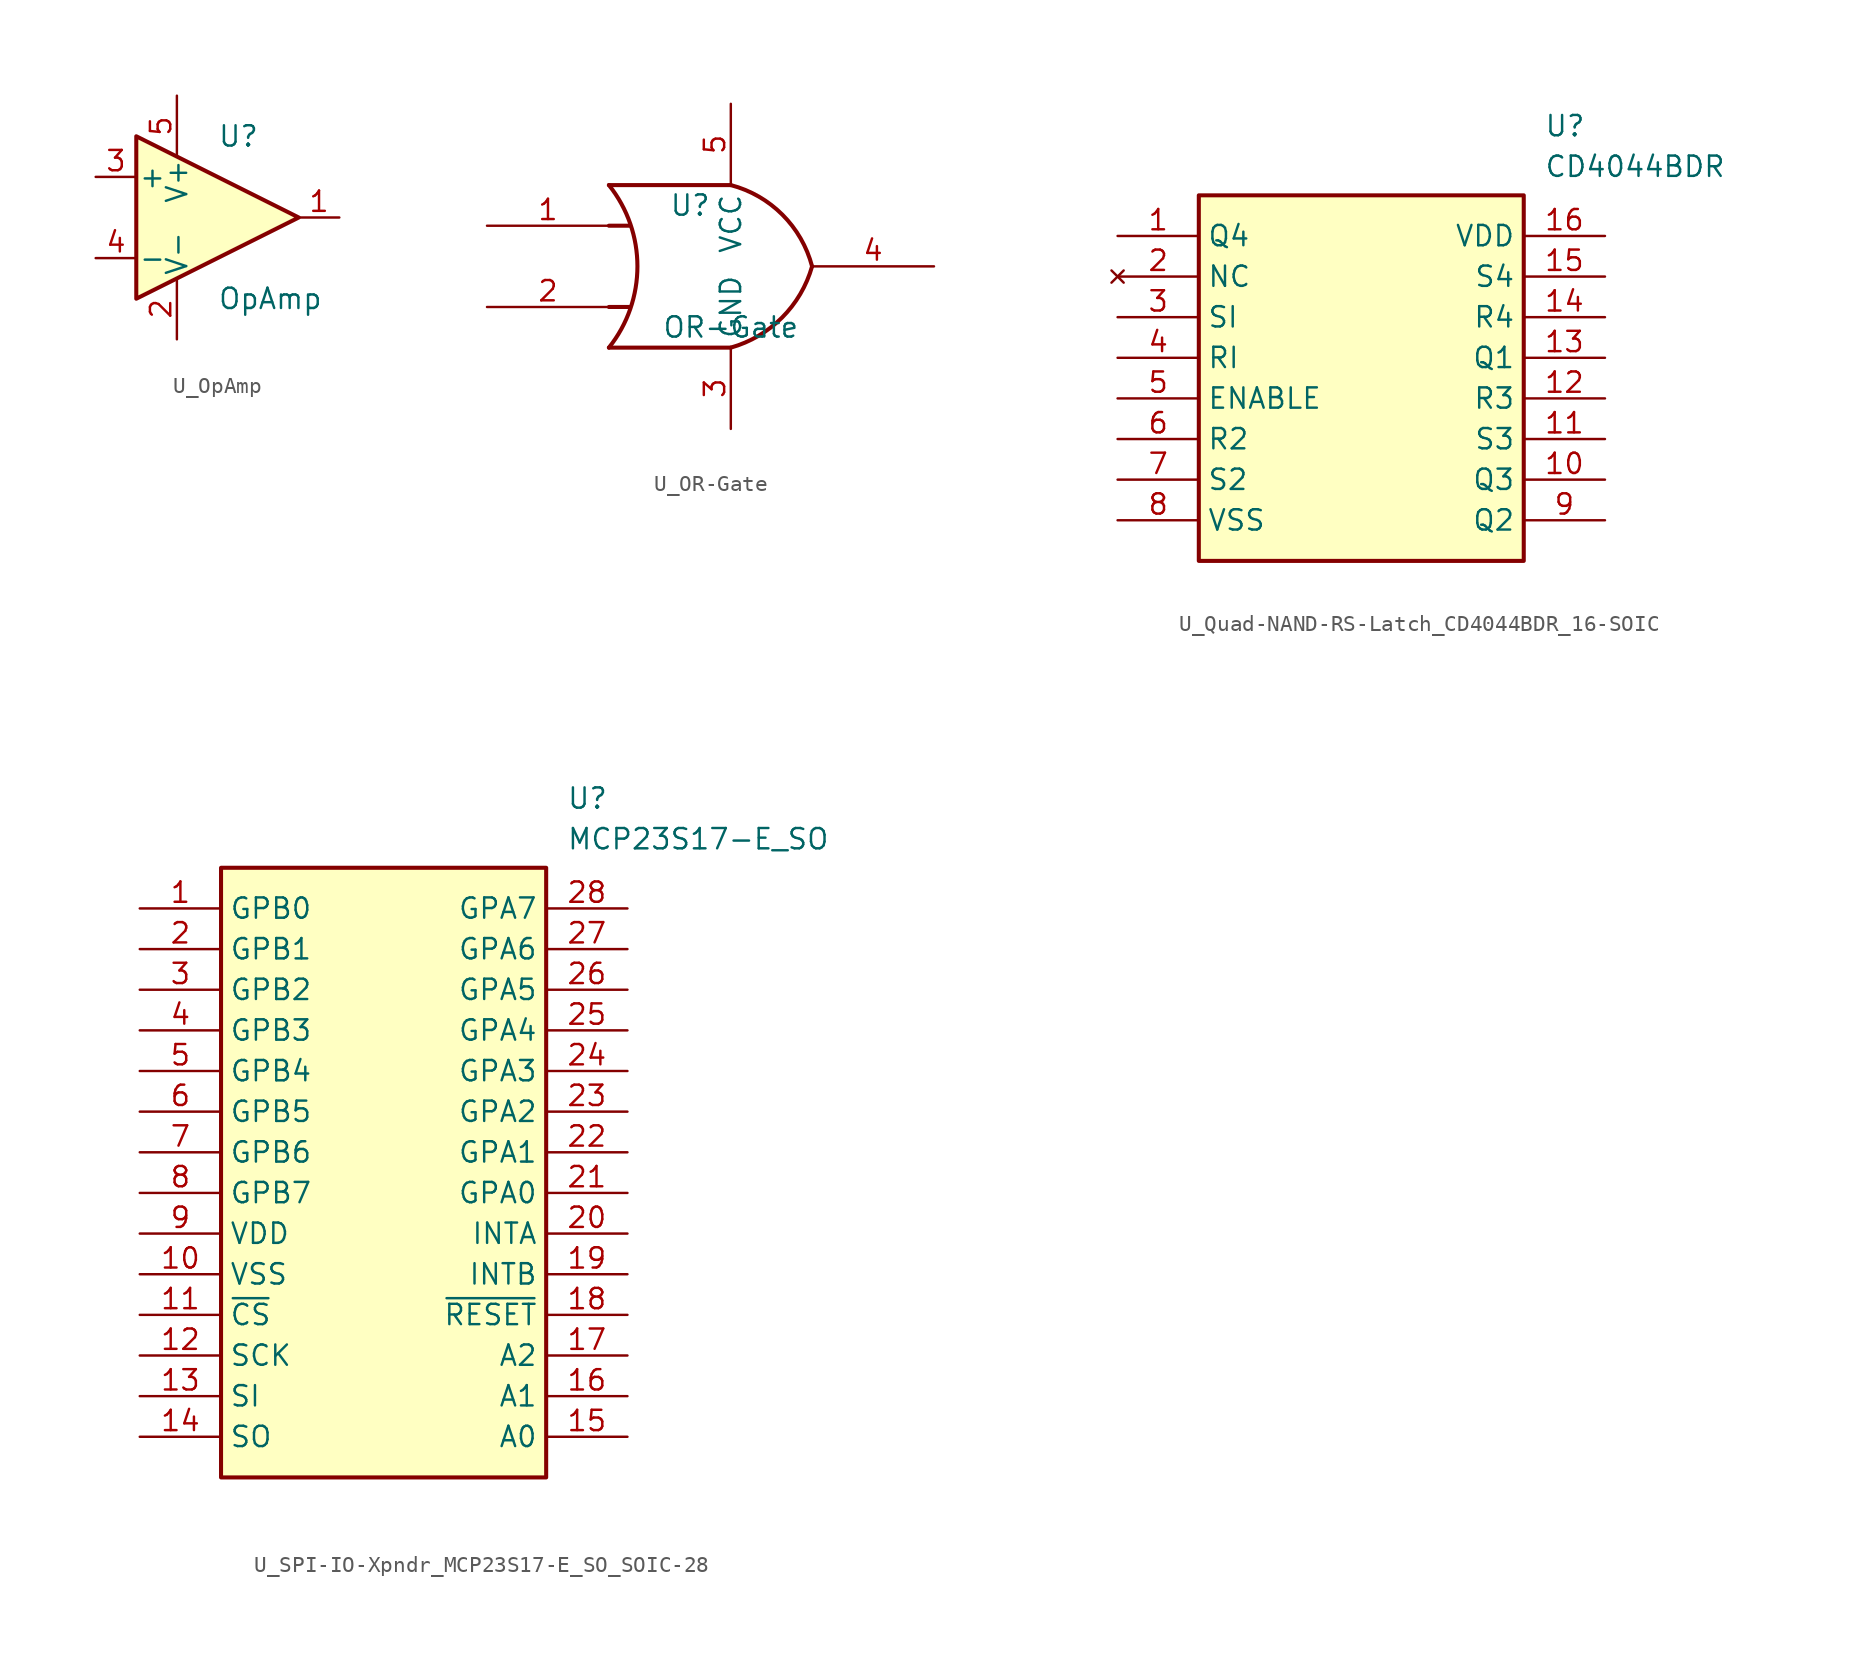
<source format=kicad_sym>
(kicad_symbol_lib
  (version 20241209)
  (generator symbol2library)
  (symbol "U_OpAmp"
    (pin_names
      (offset 0.127))
    (property "Reference" "U"
      (at 0 5.08 0)
      (effects (font (size 1.27 1.27)) (justify left)))
    (property "Value" "OpAmp"
      (at 0 -5.08 0)
      (effects (font (size 1.27 1.27)) (justify left)))
    (property "MPN" ""
      (at 0 0 0)
      (effects (font (size 1.27 1.27))))
    (property "MFN" ""
      (at 0 0 0)
      (effects (font (size 1.27 1.27))))
    (property "DKPN" ""
      (at 0 0 0)
      (effects (font (size 1.27 1.27))))
    (property "Package" ""
      (at 0 0 0)
      (effects (font (size 1.27 1.27))))
    (property "NewDesigns" ""
      (at 0 0 0)
      (effects (font (size 1.27 1.27))))
    (property "Stocked" ""
      (at 0 0 0)
      (effects (font (size 1.27 1.27))))
    (property "Style" ""
      (at 0 0 0)
      (effects (font (size 1.27 1.27))))
    (symbol "U_OpAmp_0_1"
      (polyline (pts (xy -5.08 5.08) (xy 5.08 0) (xy -5.08 -5.08) (xy -5.08 5.08)) (stroke (width 0.254) (type default)) (fill (type background)))
      (pin power_in line (at -2.54 7.62 270) (length 3.81) (name "V+" (effects (font (size 1.27 1.27)))) (number "5" (effects (font (size 1.27 1.27)))))
      (pin power_in line (at -2.54 -7.62 90) (length 3.81) (name "V-" (effects (font (size 1.27 1.27)))) (number "2" (effects (font (size 1.27 1.27))))))
    (symbol "U_OpAmp_1_1"
      (pin input line (at -7.62 2.54 0) (length 2.54) (name "+" (effects (font (size 1.27 1.27)))) (number "3" (effects (font (size 1.27 1.27)))))
      (pin input line (at -7.62 -2.54 0) (length 2.54) (name "-" (effects (font (size 1.27 1.27)))) (number "4" (effects (font (size 1.27 1.27)))))
      (pin output line (at 7.62 0 180) (length 2.54) (name "~" (effects (font (size 1.27 1.27)))) (number "1" (effects (font (size 1.27 1.27)))))))
  (symbol "U_OR-Gate"
    (property "Reference" "U"
      (at -2.54 3.81 0)
      (effects (font (size 1.27 1.27))))
    (property "Value" "OR-Gate"
      (at 0 -3.81 0)
      (effects (font (size 1.27 1.27))))
    (symbol "U_OR-Gate_0_1"
      (arc (start -7.62 5.08) (mid -5.838 0) (end -7.62 -5.08) (stroke (width 0.254) (type default)) (fill (type none)))
      (polyline (pts (xy -7.62 2.54) (xy -6.35 2.54)) (stroke (width 0.254) (type default)) (fill (type background)))
      (polyline (pts (xy -7.62 -2.54) (xy -6.35 -2.54)) (stroke (width 0.254) (type default)) (fill (type background)))
      (arc (start 5.08 0) (mid 3.202 -3.202) (end 0 -5.08) (stroke (width 0.254) (type default)) (fill (type none)))
      (arc (start 0 5.08) (mid 3.2271 3.2271) (end 5.08 0) (stroke (width 0.254) (type default)) (fill (type none)))
      (polyline (pts (xy 0 5.08) (xy -7.62 5.08)) (stroke (width 0.254) (type default)) (fill (type background)))
      (polyline (pts (xy 0 -5.08) (xy -7.62 -5.08)) (stroke (width 0.254) (type default)) (fill (type background))))
    (symbol "U_OR-Gate_1_1"
      (pin input line (at -15.24 2.54 0) (length 7.62) (name "~" (effects (font (size 1.27 1.27)))) (number "1" (effects (font (size 1.27 1.27)))))
      (pin input line (at -15.24 -2.54 0) (length 7.62) (name "~" (effects (font (size 1.27 1.27)))) (number "2" (effects (font (size 1.27 1.27)))))
      (pin power_in line (at 0 10.16 270) (length 5.08) (name "VCC" (effects (font (size 1.27 1.27)))) (number "5" (effects (font (size 1.27 1.27)))))
      (pin power_in line (at 0 -10.16 90) (length 5.08) (name "GND" (effects (font (size 1.27 1.27)))) (number "3" (effects (font (size 1.27 1.27)))))
      (pin output line (at 12.7 0 180) (length 7.62) (name "~" (effects (font (size 1.27 1.27)))) (number "4" (effects (font (size 1.27 1.27)))))))
  (symbol "U_Quad-NAND-RS-Latch_CD4044BDR_16-SOIC"
    (property "Reference" "U"
      (at 11.43 16.51 0)
      (effects (font (size 1.27 1.27)) (justify left top)))
    (property "Value" "CD4044BDR"
      (at 11.43 13.97 0)
      (effects (font (size 1.27 1.27)) (justify left top)))
    (symbol "U_Quad-NAND-RS-Latch_CD4044BDR_16-SOIC_1_1"
      (rectangle (start -10.16 11.43) (end 10.16 -11.43) (stroke (width 0.254) (type default)) (fill (type background)))
      (pin passive line (at -15.24 8.89 0) (length 5.08) (name "Q4" (effects (font (size 1.27 1.27)))) (number "1" (effects (font (size 1.27 1.27)))))
      (pin no_connect line (at -15.24 6.35 0) (length 5.08) (name "NC" (effects (font (size 1.27 1.27)))) (number "2" (effects (font (size 1.27 1.27)))))
      (pin passive line (at -15.24 3.81 0) (length 5.08) (name "SI" (effects (font (size 1.27 1.27)))) (number "3" (effects (font (size 1.27 1.27)))))
      (pin passive line (at -15.24 1.27 0) (length 5.08) (name "RI" (effects (font (size 1.27 1.27)))) (number "4" (effects (font (size 1.27 1.27)))))
      (pin passive line (at -15.24 -1.27 0) (length 5.08) (name "ENABLE" (effects (font (size 1.27 1.27)))) (number "5" (effects (font (size 1.27 1.27)))))
      (pin passive line (at -15.24 -3.81 0) (length 5.08) (name "R2" (effects (font (size 1.27 1.27)))) (number "6" (effects (font (size 1.27 1.27)))))
      (pin passive line (at -15.24 -6.35 0) (length 5.08) (name "S2" (effects (font (size 1.27 1.27)))) (number "7" (effects (font (size 1.27 1.27)))))
      (pin passive line (at -15.24 -8.89 0) (length 5.08) (name "VSS" (effects (font (size 1.27 1.27)))) (number "8" (effects (font (size 1.27 1.27)))))
      (pin passive line (at 15.24 8.89 180) (length 5.08) (name "VDD" (effects (font (size 1.27 1.27)))) (number "16" (effects (font (size 1.27 1.27)))))
      (pin passive line (at 15.24 6.35 180) (length 5.08) (name "S4" (effects (font (size 1.27 1.27)))) (number "15" (effects (font (size 1.27 1.27)))))
      (pin passive line (at 15.24 3.81 180) (length 5.08) (name "R4" (effects (font (size 1.27 1.27)))) (number "14" (effects (font (size 1.27 1.27)))))
      (pin passive line (at 15.24 1.27 180) (length 5.08) (name "Q1" (effects (font (size 1.27 1.27)))) (number "13" (effects (font (size 1.27 1.27)))))
      (pin passive line (at 15.24 -1.27 180) (length 5.08) (name "R3" (effects (font (size 1.27 1.27)))) (number "12" (effects (font (size 1.27 1.27)))))
      (pin passive line (at 15.24 -3.81 180) (length 5.08) (name "S3" (effects (font (size 1.27 1.27)))) (number "11" (effects (font (size 1.27 1.27)))))
      (pin passive line (at 15.24 -6.35 180) (length 5.08) (name "Q3" (effects (font (size 1.27 1.27)))) (number "10" (effects (font (size 1.27 1.27)))))
      (pin passive line (at 15.24 -8.89 180) (length 5.08) (name "Q2" (effects (font (size 1.27 1.27)))) (number "9" (effects (font (size 1.27 1.27)))))))
  (symbol "U_SPI-IO-Xpndr_MCP23S17-E_SO_SOIC-28"
    (property "Reference" "U"
      (at 11.43 24.13 0)
      (effects (font (size 1.27 1.27)) (justify left top)))
    (property "Value" "MCP23S17-E_SO"
      (at 11.43 21.59 0)
      (effects (font (size 1.27 1.27)) (justify left top)))
    (symbol "U_SPI-IO-Xpndr_MCP23S17-E_SO_SOIC-28_1_1"
      (rectangle (start -10.16 19.05) (end 10.16 -19.05) (stroke (width 0.254) (type default)) (fill (type background)))
      (pin passive line (at -15.24 16.51 0) (length 5.08) (name "GPB0" (effects (font (size 1.27 1.27)))) (number "1" (effects (font (size 1.27 1.27)))))
      (pin passive line (at -15.24 13.97 0) (length 5.08) (name "GPB1" (effects (font (size 1.27 1.27)))) (number "2" (effects (font (size 1.27 1.27)))))
      (pin passive line (at -15.24 11.43 0) (length 5.08) (name "GPB2" (effects (font (size 1.27 1.27)))) (number "3" (effects (font (size 1.27 1.27)))))
      (pin passive line (at -15.24 8.89 0) (length 5.08) (name "GPB3" (effects (font (size 1.27 1.27)))) (number "4" (effects (font (size 1.27 1.27)))))
      (pin passive line (at -15.24 6.35 0) (length 5.08) (name "GPB4" (effects (font (size 1.27 1.27)))) (number "5" (effects (font (size 1.27 1.27)))))
      (pin passive line (at -15.24 3.81 0) (length 5.08) (name "GPB5" (effects (font (size 1.27 1.27)))) (number "6" (effects (font (size 1.27 1.27)))))
      (pin passive line (at -15.24 1.27 0) (length 5.08) (name "GPB6" (effects (font (size 1.27 1.27)))) (number "7" (effects (font (size 1.27 1.27)))))
      (pin passive line (at -15.24 -1.27 0) (length 5.08) (name "GPB7" (effects (font (size 1.27 1.27)))) (number "8" (effects (font (size 1.27 1.27)))))
      (pin passive line (at -15.24 -3.81 0) (length 5.08) (name "VDD" (effects (font (size 1.27 1.27)))) (number "9" (effects (font (size 1.27 1.27)))))
      (pin passive line (at -15.24 -6.35 0) (length 5.08) (name "VSS" (effects (font (size 1.27 1.27)))) (number "10" (effects (font (size 1.27 1.27)))))
      (pin passive line (at -15.24 -8.89 0) (length 5.08) (name "~{CS}" (effects (font (size 1.27 1.27)))) (number "11" (effects (font (size 1.27 1.27)))))
      (pin passive line (at -15.24 -11.43 0) (length 5.08) (name "SCK" (effects (font (size 1.27 1.27)))) (number "12" (effects (font (size 1.27 1.27)))))
      (pin passive line (at -15.24 -13.97 0) (length 5.08) (name "SI" (effects (font (size 1.27 1.27)))) (number "13" (effects (font (size 1.27 1.27)))))
      (pin passive line (at -15.24 -16.51 0) (length 5.08) (name "SO" (effects (font (size 1.27 1.27)))) (number "14" (effects (font (size 1.27 1.27)))))
      (pin passive line (at 15.24 16.51 180) (length 5.08) (name "GPA7" (effects (font (size 1.27 1.27)))) (number "28" (effects (font (size 1.27 1.27)))))
      (pin passive line (at 15.24 13.97 180) (length 5.08) (name "GPA6" (effects (font (size 1.27 1.27)))) (number "27" (effects (font (size 1.27 1.27)))))
      (pin passive line (at 15.24 11.43 180) (length 5.08) (name "GPA5" (effects (font (size 1.27 1.27)))) (number "26" (effects (font (size 1.27 1.27)))))
      (pin passive line (at 15.24 8.89 180) (length 5.08) (name "GPA4" (effects (font (size 1.27 1.27)))) (number "25" (effects (font (size 1.27 1.27)))))
      (pin passive line (at 15.24 6.35 180) (length 5.08) (name "GPA3" (effects (font (size 1.27 1.27)))) (number "24" (effects (font (size 1.27 1.27)))))
      (pin passive line (at 15.24 3.81 180) (length 5.08) (name "GPA2" (effects (font (size 1.27 1.27)))) (number "23" (effects (font (size 1.27 1.27)))))
      (pin passive line (at 15.24 1.27 180) (length 5.08) (name "GPA1" (effects (font (size 1.27 1.27)))) (number "22" (effects (font (size 1.27 1.27)))))
      (pin passive line (at 15.24 -1.27 180) (length 5.08) (name "GPA0" (effects (font (size 1.27 1.27)))) (number "21" (effects (font (size 1.27 1.27)))))
      (pin passive line (at 15.24 -3.81 180) (length 5.08) (name "INTA" (effects (font (size 1.27 1.27)))) (number "20" (effects (font (size 1.27 1.27)))))
      (pin passive line (at 15.24 -6.35 180) (length 5.08) (name "INTB" (effects (font (size 1.27 1.27)))) (number "19" (effects (font (size 1.27 1.27)))))
      (pin passive line (at 15.24 -8.89 180) (length 5.08) (name "~{RESET}" (effects (font (size 1.27 1.27)))) (number "18" (effects (font (size 1.27 1.27)))))
      (pin passive line (at 15.24 -11.43 180) (length 5.08) (name "A2" (effects (font (size 1.27 1.27)))) (number "17" (effects (font (size 1.27 1.27)))))
      (pin passive line (at 15.24 -13.97 180) (length 5.08) (name "A1" (effects (font (size 1.27 1.27)))) (number "16" (effects (font (size 1.27 1.27)))))
      (pin passive line (at 15.24 -16.51 180) (length 5.08) (name "A0" (effects (font (size 1.27 1.27)))) (number "15" (effects (font (size 1.27 1.27))))))))
</source>
